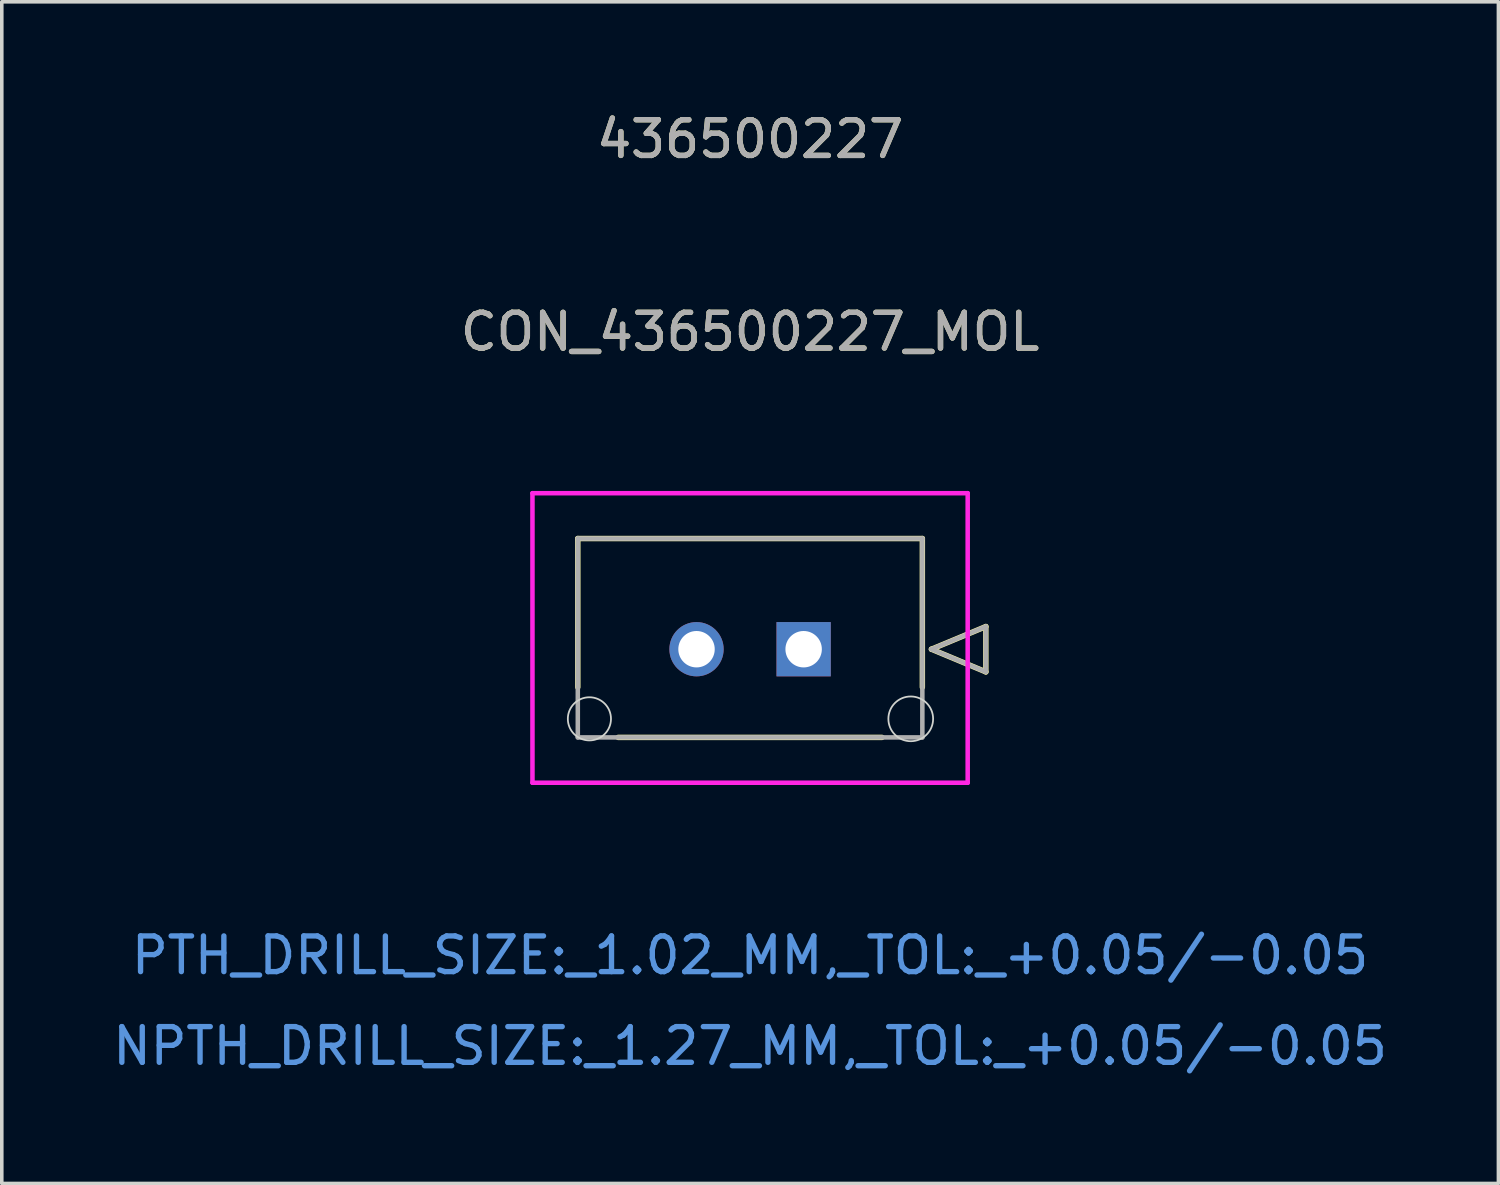
<source format=kicad_pcb>
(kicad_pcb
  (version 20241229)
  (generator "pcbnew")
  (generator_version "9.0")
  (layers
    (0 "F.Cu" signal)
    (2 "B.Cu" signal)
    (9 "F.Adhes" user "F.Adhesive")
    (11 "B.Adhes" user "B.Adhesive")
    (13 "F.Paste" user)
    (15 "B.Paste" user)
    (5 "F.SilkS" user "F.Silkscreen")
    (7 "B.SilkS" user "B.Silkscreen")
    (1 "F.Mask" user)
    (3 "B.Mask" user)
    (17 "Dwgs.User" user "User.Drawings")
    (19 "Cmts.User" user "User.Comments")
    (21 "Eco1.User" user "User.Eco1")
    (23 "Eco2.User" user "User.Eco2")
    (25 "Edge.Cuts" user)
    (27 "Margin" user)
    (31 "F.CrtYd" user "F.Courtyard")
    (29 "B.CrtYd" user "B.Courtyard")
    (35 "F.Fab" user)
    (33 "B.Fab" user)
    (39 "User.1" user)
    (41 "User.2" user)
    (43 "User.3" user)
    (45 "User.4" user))
  (footprint "CON_436500227_MOL"
    (layer "F.Cu")
    (at 19.458 15.133)
    (property "Reference" "CON_436500227_MOL" (at -1.5 -8.89 0) (unlocked yes) (layer "F.SilkS") (effects (font (size 1 1) (thickness 0.15))))
    (attr through_hole)
    (fp_line (start -6.325 -3.1) (end -6.325 1.065) (stroke (width 0.152) (type solid)) (layer "F.SilkS"))
    (fp_line (start -5.196 2.47) (end 2.196 2.47) (stroke (width 0.152) (type solid)) (layer "F.SilkS"))
    (fp_line (start 3.325 -3.1) (end -6.325 -3.1) (stroke (width 0.152) (type solid)) (layer "F.SilkS"))
    (fp_line (start 3.325 1.065) (end 3.325 -3.1) (stroke (width 0.152) (type solid)) (layer "F.SilkS"))
    (fp_line (start 3.579 0) (end 5.103 -0.635) (stroke (width 0.152) (type solid)) (layer "F.SilkS"))
    (fp_line (start 5.103 -0.635) (end 5.103 0.635) (stroke (width 0.152) (type solid)) (layer "F.SilkS"))
    (fp_line (start 5.103 0.635) (end 3.579 0) (stroke (width 0.152) (type solid)) (layer "F.SilkS"))
    (fp_circle (center -6 1.95) (end -5.45 1.7) (stroke (width 0.05) (type default)) (fill no) (layer "Edge.Cuts"))
    (fp_circle (center 3 1.95) (end 3.55 1.65) (stroke (width 0.05) (type default)) (fill no) (layer "Edge.Cuts"))
    (fp_line (start -7.595 -4.37) (end -7.595 3.74) (stroke (width 0.127) (type solid)) (layer "F.CrtYd"))
    (fp_line (start -7.595 3.74) (end 4.595 3.74) (stroke (width 0.127) (type solid)) (layer "F.CrtYd"))
    (fp_line (start 4.595 -4.37) (end -7.595 -4.37) (stroke (width 0.127) (type solid)) (layer "F.CrtYd"))
    (fp_line (start 4.595 3.74) (end 4.595 -4.37) (stroke (width 0.127) (type solid)) (layer "F.CrtYd"))
    (fp_line (start -6.325 -3.1) (end -6.325 2.47) (stroke (width 0.127) (type solid)) (layer "F.Fab"))
    (fp_line (start -6.325 2.47) (end 3.325 2.47) (stroke (width 0.127) (type solid)) (layer "F.Fab"))
    (fp_line (start 3.325 -3.1) (end -6.325 -3.1) (stroke (width 0.127) (type solid)) (layer "F.Fab"))
    (fp_line (start 3.325 2.47) (end 3.325 -3.1) (stroke (width 0.127) (type solid)) (layer "F.Fab"))
    (fp_line (start 3.579 0) (end 5.103 -0.635) (stroke (width 0.127) (type solid)) (layer "F.Fab"))
    (fp_line (start 5.103 -0.635) (end 5.103 0.635) (stroke (width 0.127) (type solid)) (layer "F.Fab"))
    (fp_line (start 5.103 0.635) (end 3.579 0) (stroke (width 0.127) (type solid)) (layer "F.Fab"))
    (fp_text user "436500227" (at -1.5 -14.285 0) (unlocked yes) (layer "F.SilkS") (effects (font (size 1 1) (thickness 0.15))))
    (fp_text user "PTH_DRILL_SIZE:_1.02_MM,_TOL:_+0.05/-0.05" (at -1.5 8.575 0) (unlocked yes) (layer "Cmts.User") (effects (font (size 1 1) (thickness 0.15))))
    (fp_text user "NPTH_DRILL_SIZE:_1.27_MM,_TOL:_+0.05/-0.05" (at -1.5 11.115 0) (unlocked yes) (layer "Cmts.User") (effects (font (size 1 1) (thickness 0.15))))
    (fp_text user "436500227" (at -1.5 -14.285 0) (unlocked yes) (layer "F.Fab") (effects (font (size 1 1) (thickness 0.15))))
    (fp_text user "${REFERENCE}" (at -1.5 -8.89 0) (unlocked yes) (layer "F.Fab") (effects (font (size 1 1) (thickness 0.15))))
    (pad "1" thru_hole rect (at 0 0) (size 1.52 1.52) (drill 1.02) (layers "*.Cu" "*.Mask"))
    (pad "2" thru_hole circle (at -3 0) (size 1.52 1.52) (drill 1.02) (layers "*.Cu" "*.Mask")))
  (gr_rect
    (start -3 -3)
    (end 38.917 30.096)
    (stroke (width 0.1) (type default))
    (fill no)
    (layer "Edge.Cuts")))
</source>
